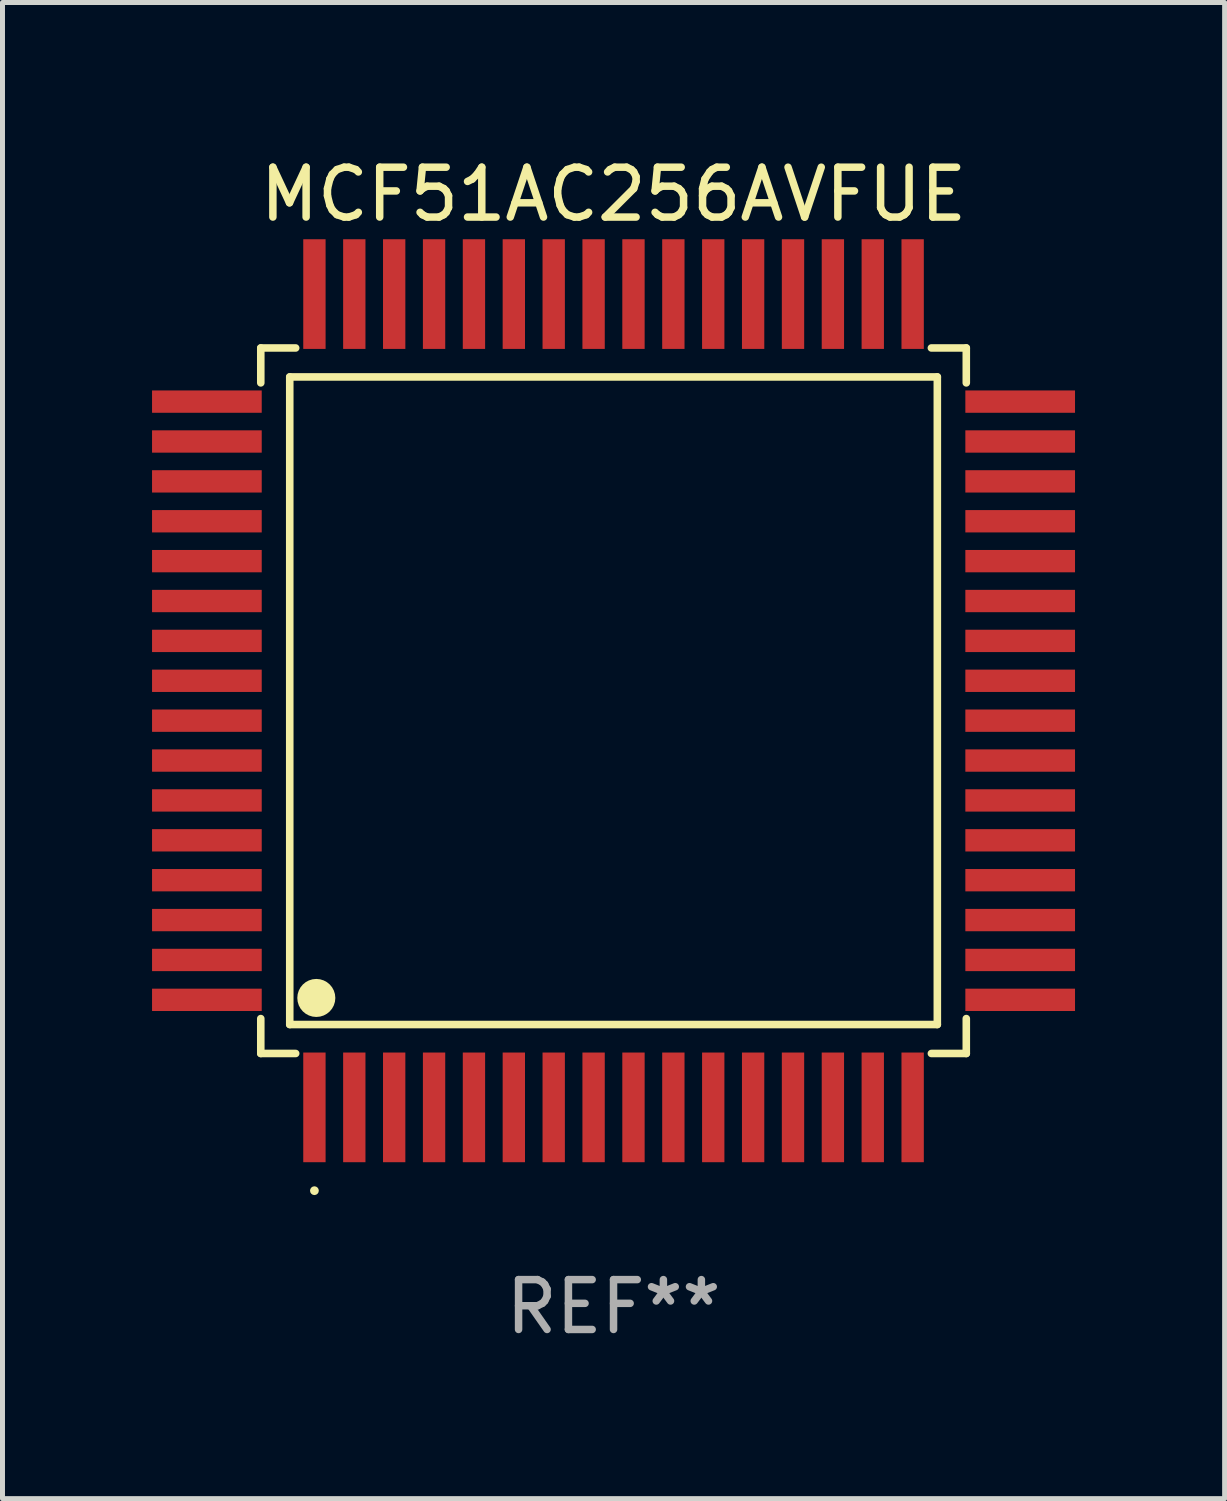
<source format=kicad_pcb>
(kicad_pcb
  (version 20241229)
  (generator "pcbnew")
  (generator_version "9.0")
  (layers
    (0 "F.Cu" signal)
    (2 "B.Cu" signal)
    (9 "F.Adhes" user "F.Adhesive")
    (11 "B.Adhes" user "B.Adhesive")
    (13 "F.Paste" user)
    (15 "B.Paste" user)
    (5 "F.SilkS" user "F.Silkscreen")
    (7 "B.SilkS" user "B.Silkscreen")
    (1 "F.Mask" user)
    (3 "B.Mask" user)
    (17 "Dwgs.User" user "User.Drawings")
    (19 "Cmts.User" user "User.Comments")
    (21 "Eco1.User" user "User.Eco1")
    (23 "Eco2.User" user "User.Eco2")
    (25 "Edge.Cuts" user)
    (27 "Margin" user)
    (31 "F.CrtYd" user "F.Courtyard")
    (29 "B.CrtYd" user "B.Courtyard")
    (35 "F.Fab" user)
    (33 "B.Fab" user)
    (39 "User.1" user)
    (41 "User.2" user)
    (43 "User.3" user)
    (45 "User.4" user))
  (footprint "MCF51AC256AVFUE"
    (layer "F.Cu")
    (at 9.257 11.006)
    (property "Reference" "MCF51AC256AVFUE" (at 0 -10.157 0) (layer "F.SilkS") (effects (font (size 1 1) (thickness 0.15))))
    (attr through_hole)
    (fp_line (start -7.076 -7.076) (end -7.076 -6.376) (stroke (width 0.152) (type solid)) (layer "F.SilkS"))
    (fp_line (start -7.076 7.076) (end -7.076 6.376) (stroke (width 0.152) (type solid)) (layer "F.SilkS"))
    (fp_line (start -6.495 -6.495) (end 6.495 -6.495) (stroke (width 0.152) (type solid)) (layer "F.SilkS"))
    (fp_line (start -6.495 6.495) (end -6.495 -6.495) (stroke (width 0.152) (type solid)) (layer "F.SilkS"))
    (fp_line (start -6.376 -7.076) (end -7.076 -7.076) (stroke (width 0.152) (type solid)) (layer "F.SilkS"))
    (fp_line (start -6.376 7.076) (end -7.076 7.076) (stroke (width 0.152) (type solid)) (layer "F.SilkS"))
    (fp_line (start 6.376 -7.076) (end 7.076 -7.076) (stroke (width 0.152) (type solid)) (layer "F.SilkS"))
    (fp_line (start 6.376 7.076) (end 7.076 7.076) (stroke (width 0.152) (type solid)) (layer "F.SilkS"))
    (fp_line (start 6.495 -6.495) (end 6.495 6.495) (stroke (width 0.152) (type solid)) (layer "F.SilkS"))
    (fp_line (start 6.495 6.495) (end -6.495 6.495) (stroke (width 0.152) (type solid)) (layer "F.SilkS"))
    (fp_line (start 7.076 -7.076) (end 7.076 -6.376) (stroke (width 0.152) (type solid)) (layer "F.SilkS"))
    (fp_line (start 7.076 7.076) (end 7.076 6.376) (stroke (width 0.152) (type solid)) (layer "F.SilkS"))
    (fp_circle (center -6 9.828) (end -5.956 9.828) (stroke (width 0.088) (type solid)) (fill no) (layer "F.SilkS"))
    (fp_circle (center -5.962 5.962) (end -5.771 5.962) (stroke (width 0.381) (type solid)) (fill no) (layer "F.SilkS"))
    (fp_text user "REF**" (at 0 12.157 0) (layer "F.Fab") (effects (font (size 1 1) (thickness 0.15))))
    (pad "1" smd rect (at -6 8.157 90) (size 2.2 0.448) (layers "F.Cu" "F.Mask" "F.Paste"))
    (pad "2" smd rect (at -5.2 8.157 90) (size 2.2 0.448) (layers "F.Cu" "F.Mask" "F.Paste"))
    (pad "3" smd rect (at -4.4 8.157 90) (size 2.2 0.448) (layers "F.Cu" "F.Mask" "F.Paste"))
    (pad "4" smd rect (at -3.6 8.157 90) (size 2.2 0.448) (layers "F.Cu" "F.Mask" "F.Paste"))
    (pad "5" smd rect (at -2.8 8.157 90) (size 2.2 0.448) (layers "F.Cu" "F.Mask" "F.Paste"))
    (pad "6" smd rect (at -2 8.157 90) (size 2.2 0.448) (layers "F.Cu" "F.Mask" "F.Paste"))
    (pad "7" smd rect (at -1.2 8.157 90) (size 2.2 0.448) (layers "F.Cu" "F.Mask" "F.Paste"))
    (pad "8" smd rect (at -0.4 8.157 90) (size 2.2 0.448) (layers "F.Cu" "F.Mask" "F.Paste"))
    (pad "9" smd rect (at 0.4 8.157 90) (size 2.2 0.448) (layers "F.Cu" "F.Mask" "F.Paste"))
    (pad "10" smd rect (at 1.2 8.157 90) (size 2.2 0.448) (layers "F.Cu" "F.Mask" "F.Paste"))
    (pad "11" smd rect (at 2 8.157 90) (size 2.2 0.448) (layers "F.Cu" "F.Mask" "F.Paste"))
    (pad "12" smd rect (at 2.8 8.157 90) (size 2.2 0.448) (layers "F.Cu" "F.Mask" "F.Paste"))
    (pad "13" smd rect (at 3.6 8.157 90) (size 2.2 0.448) (layers "F.Cu" "F.Mask" "F.Paste"))
    (pad "14" smd rect (at 4.4 8.157 90) (size 2.2 0.448) (layers "F.Cu" "F.Mask" "F.Paste"))
    (pad "15" smd rect (at 5.2 8.157 90) (size 2.2 0.448) (layers "F.Cu" "F.Mask" "F.Paste"))
    (pad "16" smd rect (at 6 8.157 90) (size 2.2 0.448) (layers "F.Cu" "F.Mask" "F.Paste"))
    (pad "17" smd rect (at 8.157 6 90) (size 0.448 2.2) (layers "F.Cu" "F.Mask" "F.Paste"))
    (pad "18" smd rect (at 8.157 5.2 90) (size 0.448 2.2) (layers "F.Cu" "F.Mask" "F.Paste"))
    (pad "19" smd rect (at 8.157 4.4 90) (size 0.448 2.2) (layers "F.Cu" "F.Mask" "F.Paste"))
    (pad "20" smd rect (at 8.157 3.6 90) (size 0.448 2.2) (layers "F.Cu" "F.Mask" "F.Paste"))
    (pad "21" smd rect (at 8.157 2.8 90) (size 0.448 2.2) (layers "F.Cu" "F.Mask" "F.Paste"))
    (pad "22" smd rect (at 8.157 2 90) (size 0.448 2.2) (layers "F.Cu" "F.Mask" "F.Paste"))
    (pad "23" smd rect (at 8.157 1.2 90) (size 0.448 2.2) (layers "F.Cu" "F.Mask" "F.Paste"))
    (pad "24" smd rect (at 8.157 0.4 90) (size 0.448 2.2) (layers "F.Cu" "F.Mask" "F.Paste"))
    (pad "25" smd rect (at 8.157 -0.4 90) (size 0.448 2.2) (layers "F.Cu" "F.Mask" "F.Paste"))
    (pad "26" smd rect (at 8.157 -1.2 90) (size 0.448 2.2) (layers "F.Cu" "F.Mask" "F.Paste"))
    (pad "27" smd rect (at 8.157 -2 90) (size 0.448 2.2) (layers "F.Cu" "F.Mask" "F.Paste"))
    (pad "28" smd rect (at 8.157 -2.8 90) (size 0.448 2.2) (layers "F.Cu" "F.Mask" "F.Paste"))
    (pad "29" smd rect (at 8.157 -3.6 90) (size 0.448 2.2) (layers "F.Cu" "F.Mask" "F.Paste"))
    (pad "30" smd rect (at 8.157 -4.4 90) (size 0.448 2.2) (layers "F.Cu" "F.Mask" "F.Paste"))
    (pad "31" smd rect (at 8.157 -5.2 90) (size 0.448 2.2) (layers "F.Cu" "F.Mask" "F.Paste"))
    (pad "32" smd rect (at 8.157 -6 90) (size 0.448 2.2) (layers "F.Cu" "F.Mask" "F.Paste"))
    (pad "33" smd rect (at 6 -8.157 90) (size 2.2 0.448) (layers "F.Cu" "F.Mask" "F.Paste"))
    (pad "34" smd rect (at 5.2 -8.157 90) (size 2.2 0.448) (layers "F.Cu" "F.Mask" "F.Paste"))
    (pad "35" smd rect (at 4.4 -8.157 90) (size 2.2 0.448) (layers "F.Cu" "F.Mask" "F.Paste"))
    (pad "36" smd rect (at 3.6 -8.157 90) (size 2.2 0.448) (layers "F.Cu" "F.Mask" "F.Paste"))
    (pad "37" smd rect (at 2.8 -8.157 90) (size 2.2 0.448) (layers "F.Cu" "F.Mask" "F.Paste"))
    (pad "38" smd rect (at 2 -8.157 90) (size 2.2 0.448) (layers "F.Cu" "F.Mask" "F.Paste"))
    (pad "39" smd rect (at 1.2 -8.157 90) (size 2.2 0.448) (layers "F.Cu" "F.Mask" "F.Paste"))
    (pad "40" smd rect (at 0.4 -8.157 90) (size 2.2 0.448) (layers "F.Cu" "F.Mask" "F.Paste"))
    (pad "41" smd rect (at -0.4 -8.157 90) (size 2.2 0.448) (layers "F.Cu" "F.Mask" "F.Paste"))
    (pad "42" smd rect (at -1.2 -8.157 90) (size 2.2 0.448) (layers "F.Cu" "F.Mask" "F.Paste"))
    (pad "43" smd rect (at -2 -8.157 90) (size 2.2 0.448) (layers "F.Cu" "F.Mask" "F.Paste"))
    (pad "44" smd rect (at -2.8 -8.157 90) (size 2.2 0.448) (layers "F.Cu" "F.Mask" "F.Paste"))
    (pad "45" smd rect (at -3.6 -8.157 90) (size 2.2 0.448) (layers "F.Cu" "F.Mask" "F.Paste"))
    (pad "46" smd rect (at -4.4 -8.157 90) (size 2.2 0.448) (layers "F.Cu" "F.Mask" "F.Paste"))
    (pad "47" smd rect (at -5.2 -8.157 90) (size 2.2 0.448) (layers "F.Cu" "F.Mask" "F.Paste"))
    (pad "48" smd rect (at -6 -8.157 90) (size 2.2 0.448) (layers "F.Cu" "F.Mask" "F.Paste"))
    (pad "49" smd rect (at -8.157 -6 90) (size 0.448 2.2) (layers "F.Cu" "F.Mask" "F.Paste"))
    (pad "50" smd rect (at -8.157 -5.2 90) (size 0.448 2.2) (layers "F.Cu" "F.Mask" "F.Paste"))
    (pad "51" smd rect (at -8.157 -4.4 90) (size 0.448 2.2) (layers "F.Cu" "F.Mask" "F.Paste"))
    (pad "52" smd rect (at -8.157 -3.6 90) (size 0.448 2.2) (layers "F.Cu" "F.Mask" "F.Paste"))
    (pad "53" smd rect (at -8.157 -2.8 90) (size 0.448 2.2) (layers "F.Cu" "F.Mask" "F.Paste"))
    (pad "54" smd rect (at -8.157 -2 90) (size 0.448 2.2) (layers "F.Cu" "F.Mask" "F.Paste"))
    (pad "55" smd rect (at -8.157 -1.2 90) (size 0.448 2.2) (layers "F.Cu" "F.Mask" "F.Paste"))
    (pad "56" smd rect (at -8.157 -0.4 90) (size 0.448 2.2) (layers "F.Cu" "F.Mask" "F.Paste"))
    (pad "57" smd rect (at -8.157 0.4 90) (size 0.448 2.2) (layers "F.Cu" "F.Mask" "F.Paste"))
    (pad "58" smd rect (at -8.157 1.2 90) (size 0.448 2.2) (layers "F.Cu" "F.Mask" "F.Paste"))
    (pad "59" smd rect (at -8.157 2 90) (size 0.448 2.2) (layers "F.Cu" "F.Mask" "F.Paste"))
    (pad "60" smd rect (at -8.157 2.8 90) (size 0.448 2.2) (layers "F.Cu" "F.Mask" "F.Paste"))
    (pad "61" smd rect (at -8.157 3.6 90) (size 0.448 2.2) (layers "F.Cu" "F.Mask" "F.Paste"))
    (pad "62" smd rect (at -8.157 4.4 90) (size 0.448 2.2) (layers "F.Cu" "F.Mask" "F.Paste"))
    (pad "63" smd rect (at -8.157 5.2 90) (size 0.448 2.2) (layers "F.Cu" "F.Mask" "F.Paste"))
    (pad "64" smd rect (at -8.157 6 90) (size 0.448 2.2) (layers "F.Cu" "F.Mask" "F.Paste")))
  (gr_rect
    (start -3 -3)
    (end 21.515 27.011)
    (stroke (width 0.1) (type default))
    (fill no)
    (layer "Edge.Cuts")))
</source>
